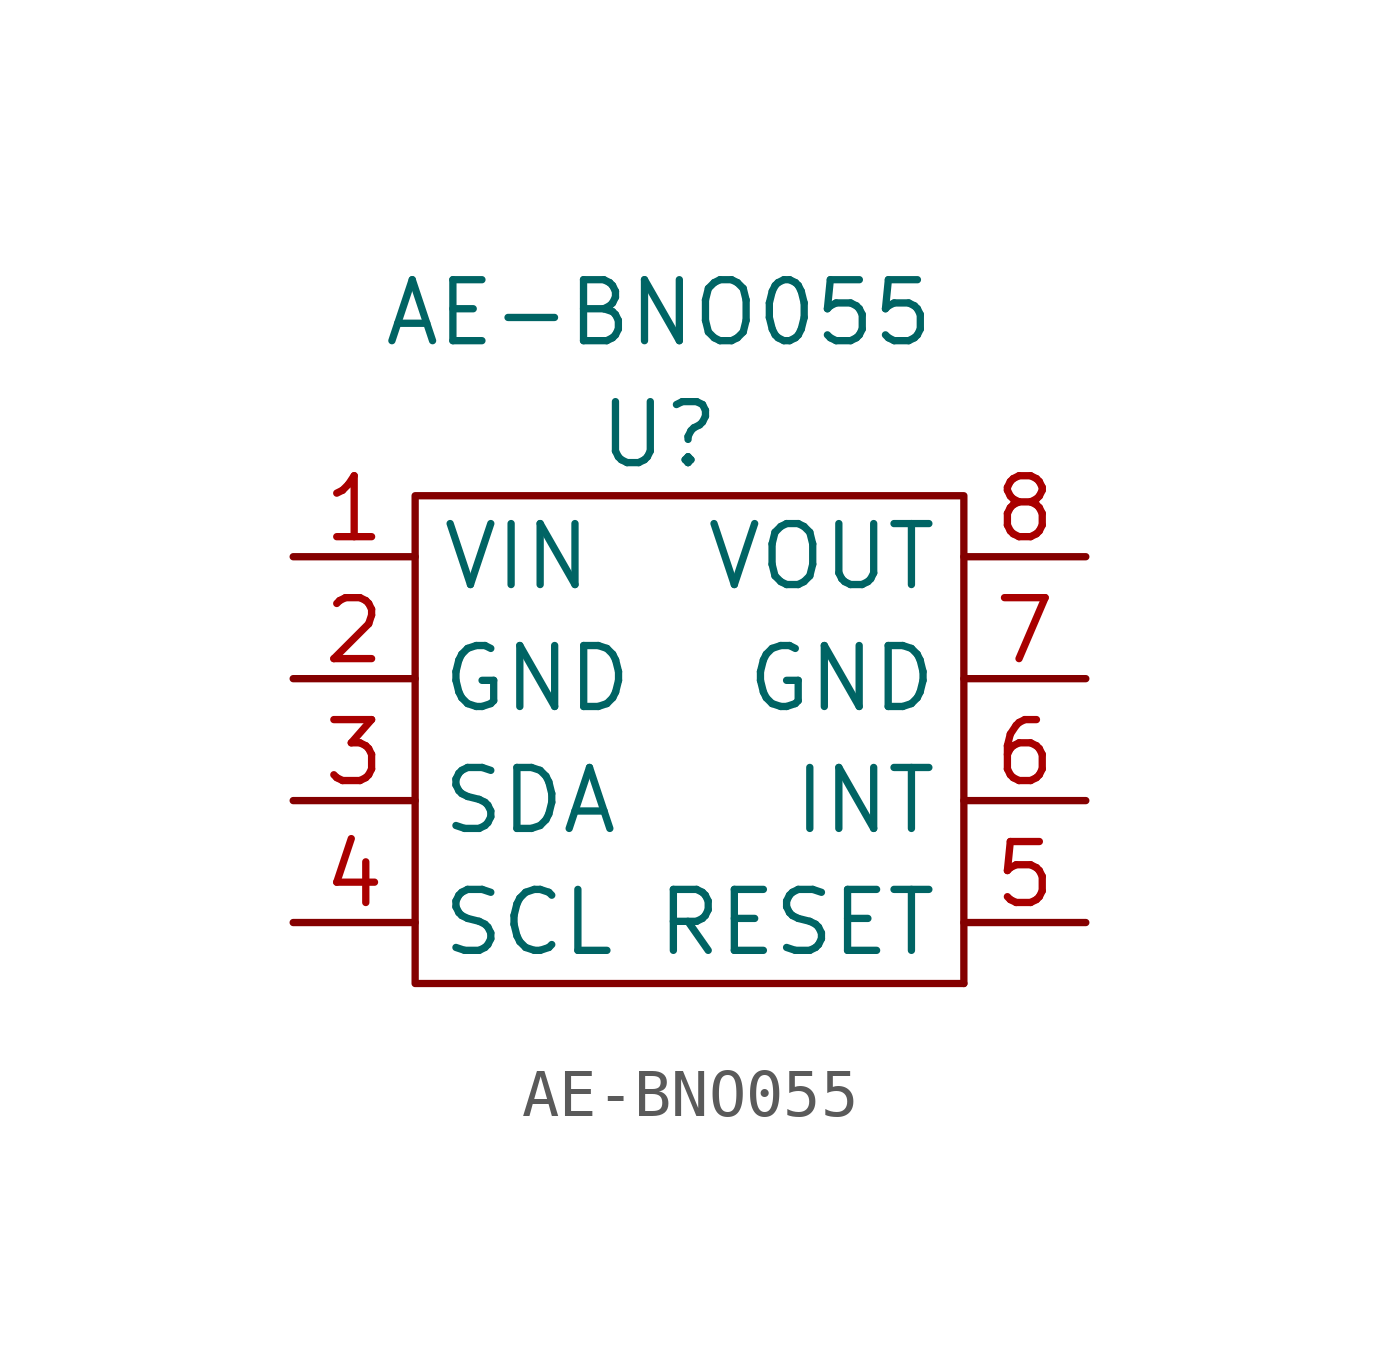
<source format=kicad_sym>
(kicad_symbol_lib
  (version 20231120)
  (generator "kicad_symbol_editor")
  (generator_version "8.0")
  (symbol "AE-BNO055"
    (property "Reference" "U"
      (at 5.08 1.27 0)
      (effects (font (size 1.27 1.27))))
    (property "Value" "AE-BNO055"
      (at 5.08 3.81 0)
      (effects (font (size 1.27 1.27))))
    (symbol "AE-BNO055_0_1"
      (rectangle (start 0 0) (end 11.43 -10.16) (stroke (width 0) (type default)) (fill (type none)))
      (rectangle (start 11.43 -10.16) (end 11.43 -10.16) (stroke (width 0) (type default)) (fill (type none))))
    (symbol "AE-BNO055_1_1"
      (pin input line (at -2.54 -1.27 0) (length 2.54) (name "VIN" (effects (font (size 1.27 1.27)))) (number "1" (effects (font (size 1.27 1.27)))))
      (pin input line (at -2.54 -3.81 0) (length 2.54) (name "GND" (effects (font (size 1.27 1.27)))) (number "2" (effects (font (size 1.27 1.27)))))
      (pin input line (at -2.54 -6.35 0) (length 2.54) (name "SDA" (effects (font (size 1.27 1.27)))) (number "3" (effects (font (size 1.27 1.27)))))
      (pin input line (at -2.54 -8.89 0) (length 2.54) (name "SCL" (effects (font (size 1.27 1.27)))) (number "4" (effects (font (size 1.27 1.27)))))
      (pin input line (at 13.97 -8.89 180) (length 2.54) (name "RESET" (effects (font (size 1.27 1.27)))) (number "5" (effects (font (size 1.27 1.27)))))
      (pin input line (at 13.97 -6.35 180) (length 2.54) (name "INT" (effects (font (size 1.27 1.27)))) (number "6" (effects (font (size 1.27 1.27)))))
      (pin input line (at 13.97 -3.81 180) (length 2.54) (name "GND" (effects (font (size 1.27 1.27)))) (number "7" (effects (font (size 1.27 1.27)))))
      (pin input line (at 13.97 -1.27 180) (length 2.54) (name "VOUT" (effects (font (size 1.27 1.27)))) (number "8" (effects (font (size 1.27 1.27))))))))
</source>
